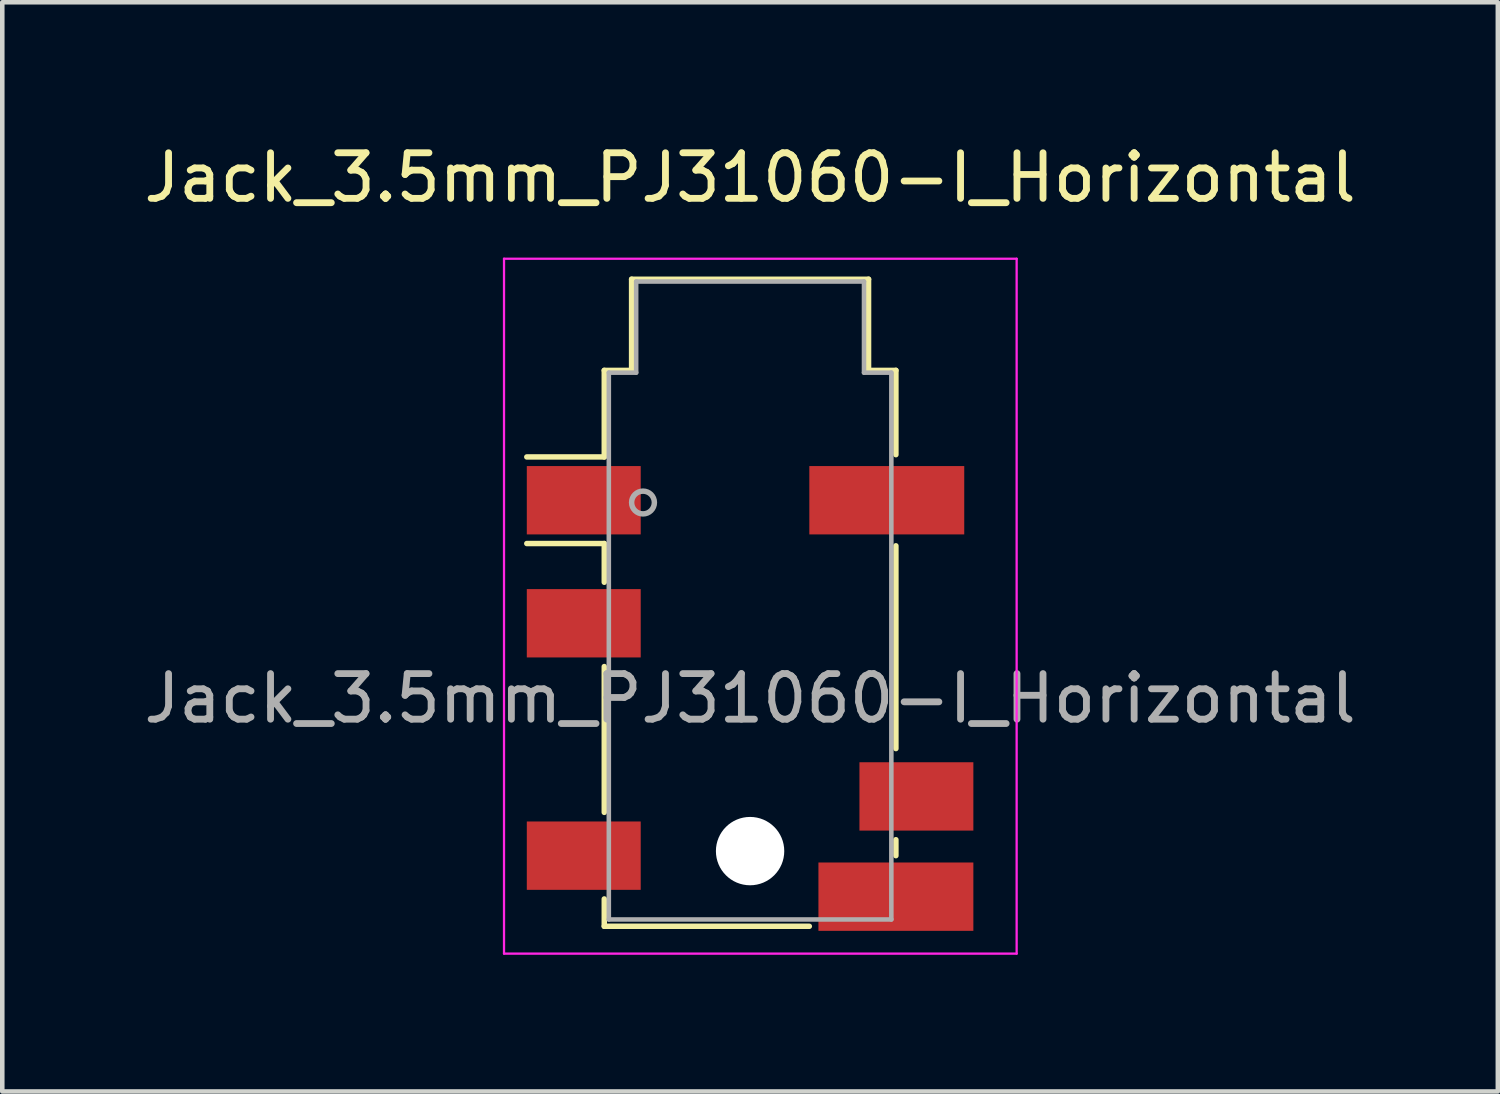
<source format=kicad_pcb>
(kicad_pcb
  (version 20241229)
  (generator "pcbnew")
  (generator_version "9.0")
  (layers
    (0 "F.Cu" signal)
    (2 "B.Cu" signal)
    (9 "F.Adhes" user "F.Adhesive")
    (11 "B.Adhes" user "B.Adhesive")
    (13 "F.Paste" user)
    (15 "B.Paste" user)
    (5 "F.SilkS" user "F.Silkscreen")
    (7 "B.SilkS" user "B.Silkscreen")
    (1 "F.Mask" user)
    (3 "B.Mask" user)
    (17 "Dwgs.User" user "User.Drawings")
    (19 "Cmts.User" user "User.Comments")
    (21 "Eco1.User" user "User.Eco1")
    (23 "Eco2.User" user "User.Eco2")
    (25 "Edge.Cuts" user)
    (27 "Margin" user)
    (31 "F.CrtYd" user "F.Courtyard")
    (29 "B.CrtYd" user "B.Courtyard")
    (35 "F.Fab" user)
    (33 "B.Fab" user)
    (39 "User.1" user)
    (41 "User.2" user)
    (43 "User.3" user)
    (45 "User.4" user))
  (footprint "Jack_3.5mm_PJ31060-I_Horizontal"
    (layer "F.Cu")
    (at 13.411 12.278)
    (property "Reference" "Jack_3.5mm_PJ31060-I_Horizontal" (at 0 -11.43 0) (layer "F.SilkS") (effects (font (size 1 1) (thickness 0.15))))
    (attr smd)
    (fp_line (start -4.9 -3.4) (end -3.2 -3.4) (stroke (width 0.12) (type solid)) (layer "F.SilkS"))
    (fp_line (start -3.2 -7.2) (end -2.6 -7.2) (stroke (width 0.12) (type solid)) (layer "F.SilkS"))
    (fp_line (start -3.2 -5.3) (end -4.9 -5.3) (stroke (width 0.12) (type solid)) (layer "F.SilkS"))
    (fp_line (start -3.2 -5.3) (end -3.2 -7.2) (stroke (width 0.12) (type solid)) (layer "F.SilkS"))
    (fp_line (start -3.2 -2.55) (end -3.2 -3.4) (stroke (width 0.12) (type solid)) (layer "F.SilkS"))
    (fp_line (start -3.2 2.5) (end -3.2 -0.7) (stroke (width 0.12) (type solid)) (layer "F.SilkS"))
    (fp_line (start -3.2 5) (end -3.2 4.4) (stroke (width 0.12) (type solid)) (layer "F.SilkS"))
    (fp_line (start -2.6 -9.2) (end 2.6 -9.2) (stroke (width 0.12) (type solid)) (layer "F.SilkS"))
    (fp_line (start -2.6 -7.2) (end -2.6 -9.2) (stroke (width 0.12) (type solid)) (layer "F.SilkS"))
    (fp_line (start 1.3 5) (end -3.2 5) (stroke (width 0.12) (type solid)) (layer "F.SilkS"))
    (fp_line (start 2.6 -9.2) (end 2.6 -7.2) (stroke (width 0.12) (type solid)) (layer "F.SilkS"))
    (fp_line (start 2.6 -7.2) (end 3.2 -7.2) (stroke (width 0.12) (type solid)) (layer "F.SilkS"))
    (fp_line (start 3.2 -7.2) (end 3.2 -5.35) (stroke (width 0.12) (type solid)) (layer "F.SilkS"))
    (fp_line (start 3.2 -3.35) (end 3.2 1.1) (stroke (width 0.12) (type solid)) (layer "F.SilkS"))
    (fp_line (start 3.2 3.1) (end 3.2 3.45) (stroke (width 0.12) (type solid)) (layer "F.SilkS"))
    (fp_line (start -5.4 -9.65) (end -5.4 5.6) (stroke (width 0.05) (type solid)) (layer "F.CrtYd"))
    (fp_line (start -5.4 -9.65) (end 5.85 -9.65) (stroke (width 0.05) (type solid)) (layer "F.CrtYd"))
    (fp_line (start 5.85 5.6) (end -5.4 5.6) (stroke (width 0.05) (type solid)) (layer "F.CrtYd"))
    (fp_line (start 5.85 5.6) (end 5.85 -9.65) (stroke (width 0.05) (type solid)) (layer "F.CrtYd"))
    (fp_line (start -3.1 -7.15) (end -3.1 4.85) (stroke (width 0.1) (type solid)) (layer "F.Fab"))
    (fp_line (start -2.5 -9.15) (end -2.5 -7.15) (stroke (width 0.1) (type solid)) (layer "F.Fab"))
    (fp_line (start -2.5 -7.15) (end -3.1 -7.15) (stroke (width 0.1) (type solid)) (layer "F.Fab"))
    (fp_line (start 2.5 -9.15) (end -2.5 -9.15) (stroke (width 0.1) (type solid)) (layer "F.Fab"))
    (fp_line (start 2.5 -7.15) (end 2.5 -9.15) (stroke (width 0.1) (type solid)) (layer "F.Fab"))
    (fp_line (start 2.5 -7.15) (end 3.1 -7.15) (stroke (width 0.1) (type solid)) (layer "F.Fab"))
    (fp_line (start 3.1 -7.15) (end 3.1 4.85) (stroke (width 0.1) (type solid)) (layer "F.Fab"))
    (fp_line (start 3.1 4.85) (end -3.1 4.85) (stroke (width 0.1) (type solid)) (layer "F.Fab"))
    (fp_circle (center -2.35 -4.3) (end -2.1 -4.3) (stroke (width 0.12) (type solid)) (fill no) (layer "F.Fab"))
    (fp_text user "${REFERENCE}" (at 0 0 0) (layer "F.Fab") (effects (font (size 1 1) (thickness 0.15))))
    (pad "" np_thru_hole circle (at 0 3.35) (size 1.5 1.5) (drill 1.5) (layers "*.Cu" "*.Mask"))
    (pad "R1" smd rect (at -3.65 -1.65) (size 2.5 1.5) (layers "F.Cu" "F.Mask" "F.Paste"))
    (pad "R1N" smd rect (at -3.65 3.45) (size 2.5 1.5) (layers "F.Cu" "F.Mask" "F.Paste"))
    (pad "R2" smd rect (at 3 -4.35) (size 3.4 1.5) (layers "F.Cu" "F.Mask" "F.Paste"))
    (pad "S" smd rect (at -3.65 -4.35) (size 2.5 1.5) (layers "F.Cu" "F.Mask" "F.Paste"))
    (pad "T" smd rect (at 3.65 2.15) (size 2.5 1.5) (layers "F.Cu" "F.Mask" "F.Paste"))
    (pad "TN" smd rect (at 3.2 4.35) (size 3.4 1.5) (layers "F.Cu" "F.Mask" "F.Paste")))
  (gr_rect
    (start -3 -3)
    (end 29.821 20.903)
    (stroke (width 0.1) (type default))
    (fill no)
    (layer "Edge.Cuts")))
</source>
